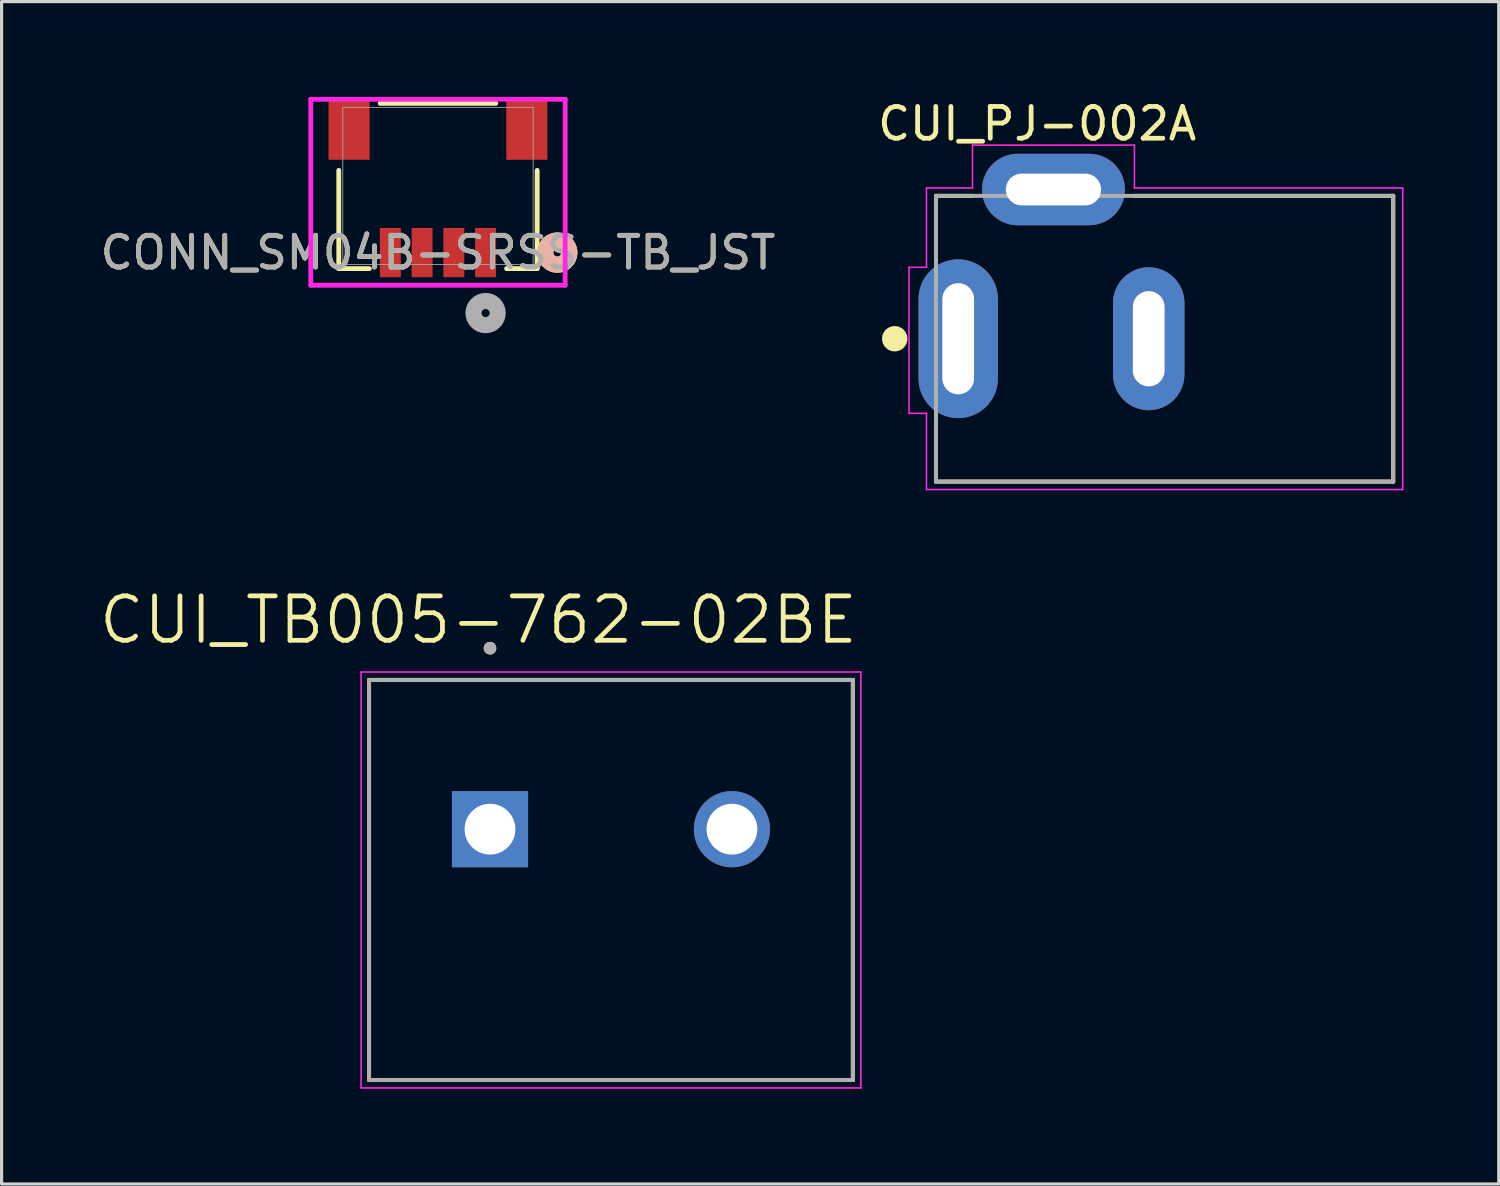
<source format=kicad_pcb>
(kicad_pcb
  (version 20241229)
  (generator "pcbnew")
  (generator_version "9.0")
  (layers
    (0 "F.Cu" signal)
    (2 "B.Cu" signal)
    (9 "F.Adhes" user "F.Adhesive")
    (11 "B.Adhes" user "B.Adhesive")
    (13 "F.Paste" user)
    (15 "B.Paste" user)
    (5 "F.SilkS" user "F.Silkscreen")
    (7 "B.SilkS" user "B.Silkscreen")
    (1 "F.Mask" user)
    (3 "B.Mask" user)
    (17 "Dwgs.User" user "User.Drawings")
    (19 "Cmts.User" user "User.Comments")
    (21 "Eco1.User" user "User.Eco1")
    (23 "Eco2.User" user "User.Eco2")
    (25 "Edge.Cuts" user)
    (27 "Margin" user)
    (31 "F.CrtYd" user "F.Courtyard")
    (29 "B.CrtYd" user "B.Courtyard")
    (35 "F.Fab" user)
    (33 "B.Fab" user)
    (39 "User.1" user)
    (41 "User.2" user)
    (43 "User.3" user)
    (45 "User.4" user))
  (footprint "CUI_TB005-762-02BE"
    (layer "F.Cu")
    (at 12.383 23.066)
    (property "Reference" "CUI_TB005-762-02BE" (at -0.365 -6.589 0) (layer "F.SilkS") (effects (font (size 1.4 1.4) (thickness 0.15))))
    (attr through_hole)
    (fp_line (start -3.81 -4.7) (end 11.43 -4.7) (stroke (width 0.127) (type solid)) (layer "F.SilkS"))
    (fp_line (start -3.81 7.9) (end -3.81 -4.7) (stroke (width 0.127) (type solid)) (layer "F.SilkS"))
    (fp_line (start 11.43 -4.7) (end 11.43 7.9) (stroke (width 0.127) (type solid)) (layer "F.SilkS"))
    (fp_line (start 11.43 7.9) (end -3.81 7.9) (stroke (width 0.127) (type solid)) (layer "F.SilkS"))
    (fp_circle (center 0 -5.7) (end 0.1 -5.7) (stroke (width 0.2) (type solid)) (fill no) (layer "F.SilkS"))
    (fp_line (start -4.06 -4.95) (end 11.68 -4.95) (stroke (width 0.05) (type solid)) (layer "F.CrtYd"))
    (fp_line (start -4.06 8.15) (end -4.06 -4.95) (stroke (width 0.05) (type solid)) (layer "F.CrtYd"))
    (fp_line (start 11.68 -4.95) (end 11.68 8.15) (stroke (width 0.05) (type solid)) (layer "F.CrtYd"))
    (fp_line (start 11.68 8.15) (end -4.06 8.15) (stroke (width 0.05) (type solid)) (layer "F.CrtYd"))
    (fp_line (start -3.81 -4.7) (end 11.43 -4.7) (stroke (width 0.127) (type solid)) (layer "F.Fab"))
    (fp_line (start -3.81 7.9) (end -3.81 -4.7) (stroke (width 0.127) (type solid)) (layer "F.Fab"))
    (fp_line (start 11.43 -4.7) (end 11.43 7.9) (stroke (width 0.127) (type solid)) (layer "F.Fab"))
    (fp_line (start 11.43 7.9) (end -3.81 7.9) (stroke (width 0.127) (type solid)) (layer "F.Fab"))
    (fp_circle (center 0 -5.7) (end 0.1 -5.7) (stroke (width 0.2) (type solid)) (fill no) (layer "F.Fab"))
    (pad "1" thru_hole rect (at 0 0) (size 2.4 2.4) (drill 1.6) (layers "*.Cu" "*.Mask"))
    (pad "2" thru_hole circle (at 7.62 0) (size 2.4 2.4) (drill 1.6) (layers "*.Cu" "*.Mask")))
  (footprint "CONN_SM04B-SRSS-TB_JST"
    (layer "F.Cu")
    (at 10.744 2.807)
    (property "Reference" "CONN_SM04B-SRSS-TB_JST" (at 0 2.099 0) (unlocked yes) (layer "F.SilkS") (effects (font (size 1 1) (thickness 0.15))))
    (attr smd)
    (fp_line (start -3.124 -0.491) (end -3.124 2.603) (stroke (width 0.152) (type solid)) (layer "F.SilkS"))
    (fp_line (start -3.124 2.603) (end -2.163 2.603) (stroke (width 0.152) (type solid)) (layer "F.SilkS"))
    (fp_line (start 1.82 -2.603) (end -1.82 -2.603) (stroke (width 0.152) (type solid)) (layer "F.SilkS"))
    (fp_line (start 2.163 2.603) (end 3.124 2.603) (stroke (width 0.152) (type solid)) (layer "F.SilkS"))
    (fp_line (start 3.124 2.603) (end 3.124 -0.491) (stroke (width 0.152) (type solid)) (layer "F.SilkS"))
    (fp_circle (center 3.759 2.099) (end 4.14 2.099) (stroke (width 0.508) (type solid)) (fill no) (layer "F.SilkS"))
    (fp_circle (center 3.759 2.099) (end 4.14 2.099) (stroke (width 0.508) (type solid)) (fill no) (layer "B.SilkS"))
    (fp_line (start -4.006 -2.731) (end -4.006 3.127) (stroke (width 0.152) (type solid)) (layer "F.CrtYd"))
    (fp_line (start -4.006 3.127) (end 4.006 3.127) (stroke (width 0.152) (type solid)) (layer "F.CrtYd"))
    (fp_line (start 4.006 -2.731) (end -4.006 -2.731) (stroke (width 0.152) (type solid)) (layer "F.CrtYd"))
    (fp_line (start 4.006 3.127) (end 4.006 -2.731) (stroke (width 0.152) (type solid)) (layer "F.CrtYd"))
    (fp_line (start -2.997 -2.477) (end -2.997 2.477) (stroke (width 0.025) (type solid)) (layer "F.Fab"))
    (fp_line (start -2.997 2.477) (end 2.997 2.477) (stroke (width 0.025) (type solid)) (layer "F.Fab"))
    (fp_line (start 2.997 -2.477) (end -2.997 -2.477) (stroke (width 0.025) (type solid)) (layer "F.Fab"))
    (fp_line (start 2.997 2.477) (end 2.997 -2.477) (stroke (width 0.025) (type solid)) (layer "F.Fab"))
    (fp_circle (center 1.5 4.003) (end 1.881 4.003) (stroke (width 0.508) (type solid)) (fill no) (layer "F.Fab"))
    (fp_text user "${REFERENCE}" (at 0 2.099 0) (unlocked yes) (layer "F.Fab") (effects (font (size 1 1) (thickness 0.15))))
    (pad "1" smd rect (at 1.5 2.099) (size 0.66 1.549) (layers "F.Cu" "F.Mask" "F.Paste"))
    (pad "2" smd rect (at 0.5 2.099) (size 0.66 1.549) (layers "F.Cu" "F.Mask" "F.Paste"))
    (pad "3" smd rect (at -0.5 2.099) (size 0.66 1.549) (layers "F.Cu" "F.Mask" "F.Paste"))
    (pad "4" smd rect (at -1.5 2.099) (size 0.66 1.549) (layers "F.Cu" "F.Mask" "F.Paste"))
    (pad "5" smd rect (at -2.8 -1.777 90) (size 1.905 1.295) (layers "F.Cu" "F.Mask" "F.Paste"))
    (pad "6" smd rect (at 2.8 -1.777 90) (size 1.905 1.295) (layers "F.Cu" "F.Mask" "F.Paste")))
  (footprint "CUI_PJ-002A"
    (layer "F.Cu")
    (at 27.13 7.619)
    (property "Reference" "CUI_PJ-002A" (at 2.487 -6.771 0) (layer "F.SilkS") (effects (font (size 1.001 1.001) (thickness 0.15))))
    (attr through_hole)
    (fp_line (start -0.7 -4.5) (end 0.45 -4.5) (stroke (width 0.127) (type solid)) (layer "F.SilkS"))
    (fp_line (start -0.7 -2.55) (end -0.7 -4.5) (stroke (width 0.127) (type solid)) (layer "F.SilkS"))
    (fp_line (start -0.7 4.5) (end -0.7 2.65) (stroke (width 0.127) (type solid)) (layer "F.SilkS"))
    (fp_line (start 5.55 -4.5) (end 13.7 -4.5) (stroke (width 0.127) (type solid)) (layer "F.SilkS"))
    (fp_line (start 13.7 -4.5) (end 13.7 4.5) (stroke (width 0.127) (type solid)) (layer "F.SilkS"))
    (fp_line (start 13.7 4.5) (end -0.7 4.5) (stroke (width 0.127) (type solid)) (layer "F.SilkS"))
    (fp_circle (center -2 0) (end -1.8 0) (stroke (width 0.4) (type solid)) (fill no) (layer "F.SilkS"))
    (fp_line (start -1.55 -2.25) (end -1.55 2.35) (stroke (width 0.05) (type solid)) (layer "F.CrtYd"))
    (fp_line (start -1.55 2.35) (end -1 2.35) (stroke (width 0.05) (type solid)) (layer "F.CrtYd"))
    (fp_line (start -1 -4.75) (end 0.45 -4.75) (stroke (width 0.05) (type solid)) (layer "F.CrtYd"))
    (fp_line (start -1 -2.25) (end -1.55 -2.25) (stroke (width 0.05) (type solid)) (layer "F.CrtYd"))
    (fp_line (start -1 -2.25) (end -1 -4.75) (stroke (width 0.05) (type solid)) (layer "F.CrtYd"))
    (fp_line (start -1 4.75) (end -1 2.35) (stroke (width 0.05) (type solid)) (layer "F.CrtYd"))
    (fp_line (start 0.45 -6.1) (end 5.55 -6.1) (stroke (width 0.05) (type solid)) (layer "F.CrtYd"))
    (fp_line (start 0.45 -4.75) (end 0.45 -6.1) (stroke (width 0.05) (type solid)) (layer "F.CrtYd"))
    (fp_line (start 5.55 -6.1) (end 5.55 -4.75) (stroke (width 0.05) (type solid)) (layer "F.CrtYd"))
    (fp_line (start 5.55 -4.75) (end 14 -4.75) (stroke (width 0.05) (type solid)) (layer "F.CrtYd"))
    (fp_line (start 14 -4.75) (end 14 4.75) (stroke (width 0.05) (type solid)) (layer "F.CrtYd"))
    (fp_line (start 14 4.75) (end -1 4.75) (stroke (width 0.05) (type solid)) (layer "F.CrtYd"))
    (fp_line (start -0.7 -4.5) (end 13.7 -4.5) (stroke (width 0.127) (type solid)) (layer "F.Fab"))
    (fp_line (start -0.7 4.5) (end -0.7 -4.5) (stroke (width 0.127) (type solid)) (layer "F.Fab"))
    (fp_line (start 13.7 -4.5) (end 13.7 4.5) (stroke (width 0.127) (type solid)) (layer "F.Fab"))
    (fp_line (start 13.7 4.5) (end -0.7 4.5) (stroke (width 0.127) (type solid)) (layer "F.Fab"))
    (pad "1" thru_hole oval (at 0 0) (size 2.5 5) (drill oval 1 3.5) (layers "*.Cu" "*.Mask"))
    (pad "2" thru_hole oval (at 6 0) (size 2.25 4.5) (drill oval 1 3) (layers "*.Cu" "*.Mask"))
    (pad "3" thru_hole oval (at 3 -4.7) (size 4.5 2.25) (drill oval 3 1) (layers "*.Cu" "*.Mask")))
  (gr_rect
    (start -3 -3)
    (end 44.155 34.241)
    (stroke (width 0.1) (type default))
    (fill no)
    (layer "Edge.Cuts")))
</source>
